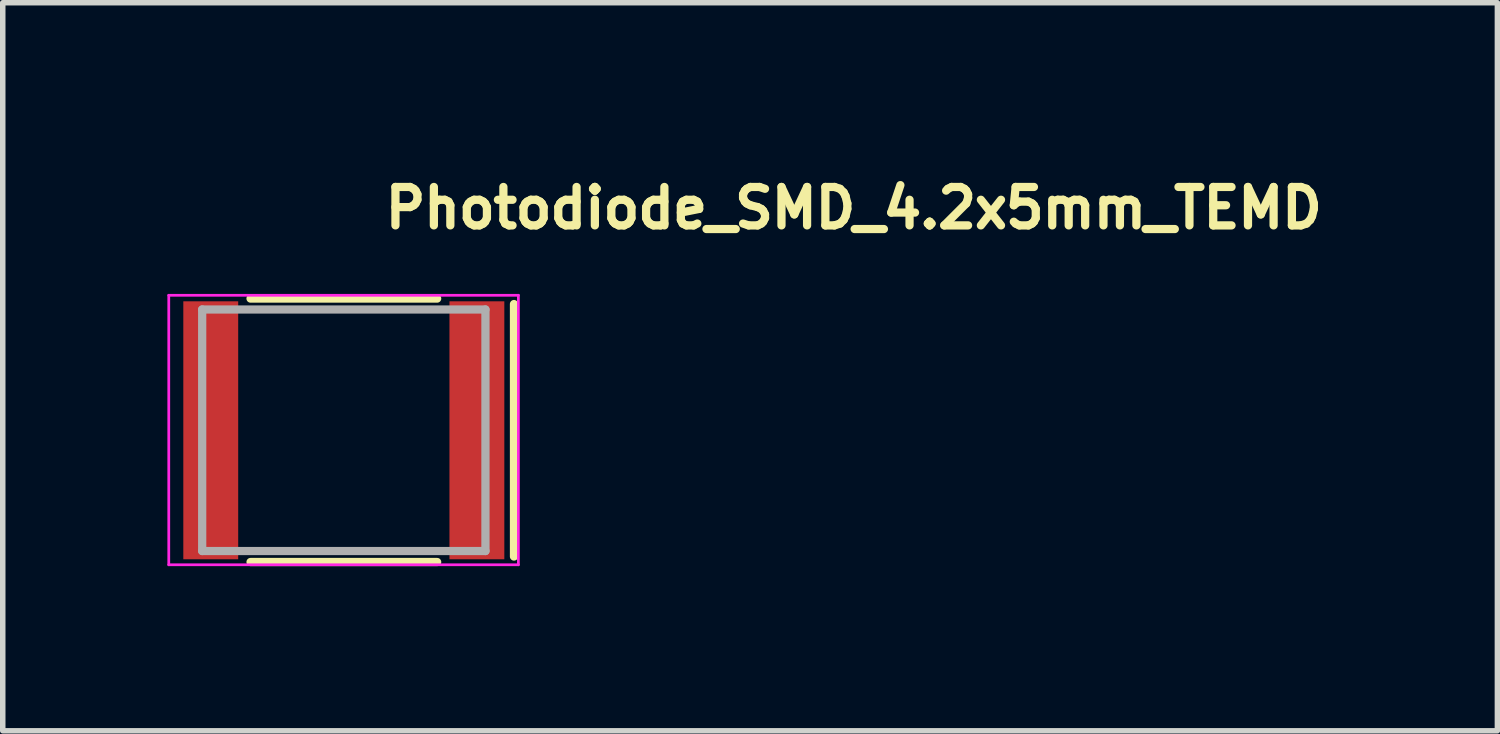
<source format=kicad_pcb>
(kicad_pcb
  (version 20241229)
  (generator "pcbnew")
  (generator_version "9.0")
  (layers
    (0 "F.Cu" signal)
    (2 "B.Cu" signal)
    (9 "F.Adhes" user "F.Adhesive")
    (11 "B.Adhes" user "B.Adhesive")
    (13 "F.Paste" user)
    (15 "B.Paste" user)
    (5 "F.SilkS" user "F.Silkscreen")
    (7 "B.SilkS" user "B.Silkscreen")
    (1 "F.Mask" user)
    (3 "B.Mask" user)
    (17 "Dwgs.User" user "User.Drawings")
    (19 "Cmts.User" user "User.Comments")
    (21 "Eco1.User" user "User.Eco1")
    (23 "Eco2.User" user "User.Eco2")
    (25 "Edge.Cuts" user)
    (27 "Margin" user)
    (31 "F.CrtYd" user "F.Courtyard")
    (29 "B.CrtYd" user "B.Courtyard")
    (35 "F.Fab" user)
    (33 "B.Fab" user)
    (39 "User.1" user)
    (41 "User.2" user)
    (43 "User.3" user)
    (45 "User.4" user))
  (footprint "Photodiode_SMD_4.2x5mm_TEMD"
    (layer "F.Cu")
    (at 3.215 4.79)
    (property "Reference" "Photodiode_SMD_4.2x5mm_TEMD" (at 0.675 -3.64 0) (layer "F.SilkS") (effects (font (size 0.7 0.7) (thickness 0.15)) (justify left bottom)))
    (attr smd)
    (fp_line (start -1.7 -2.4) (end 1.7 -2.4) (stroke (width 0.15) (type solid)) (layer "F.SilkS"))
    (fp_line (start -1.7 2.4) (end 1.7 2.4) (stroke (width 0.15) (type solid)) (layer "F.SilkS"))
    (fp_line (start 3.1 -2.3) (end 3.1 2.3) (stroke (width 0.15) (type solid)) (layer "F.SilkS"))
    (fp_line (start -3.19 -2.46) (end 3.18 -2.46) (stroke (width 0.05) (type solid)) (layer "F.CrtYd"))
    (fp_line (start -3.19 2.45) (end -3.19 -2.46) (stroke (width 0.05) (type solid)) (layer "F.CrtYd"))
    (fp_line (start 3.18 -2.46) (end 3.18 2.45) (stroke (width 0.05) (type solid)) (layer "F.CrtYd"))
    (fp_line (start 3.18 2.45) (end -3.19 2.45) (stroke (width 0.05) (type solid)) (layer "F.CrtYd"))
    (fp_line (start -2.581 -2.201) (end 2.58 -2.201) (stroke (width 0.15) (type solid)) (layer "F.Fab"))
    (fp_line (start -2.581 2.2) (end -2.581 -2.201) (stroke (width 0.15) (type solid)) (layer "F.Fab"))
    (fp_line (start 2.58 -2.201) (end 2.58 2.2) (stroke (width 0.15) (type solid)) (layer "F.Fab"))
    (fp_line (start 2.58 2.2) (end -2.581 2.2) (stroke (width 0.15) (type solid)) (layer "F.Fab"))
    (fp_line (start -2.5 -2.12) (end -2.5 -1.268) (stroke (width 0.01) (type solid)) (layer "User.9"))
    (fp_line (start -2.5 -1.268) (end -2.5 -0.733) (stroke (width 0.01) (type solid)) (layer "User.9"))
    (fp_line (start -2.5 -1.268) (end -2.484 -1.256) (stroke (width 0.01) (type solid)) (layer "User.9"))
    (fp_line (start -2.5 -0.733) (end -2.5 0.733) (stroke (width 0.01) (type solid)) (layer "User.9"))
    (fp_line (start -2.5 -0.733) (end -2.484 -0.744) (stroke (width 0.01) (type solid)) (layer "User.9"))
    (fp_line (start -2.5 0.733) (end -2.5 1.268) (stroke (width 0.01) (type solid)) (layer "User.9"))
    (fp_line (start -2.5 0.733) (end -2.484 0.744) (stroke (width 0.01) (type solid)) (layer "User.9"))
    (fp_line (start -2.5 1.268) (end -2.5 2.12) (stroke (width 0.01) (type solid)) (layer "User.9"))
    (fp_line (start -2.5 1.268) (end -2.484 1.256) (stroke (width 0.01) (type solid)) (layer "User.9"))
    (fp_line (start -2.5 2.12) (end -2.2 2.12) (stroke (width 0.01) (type solid)) (layer "User.9"))
    (fp_line (start -2.484 -1.256) (end -2.5 -1.268) (stroke (width 0.01) (type solid)) (layer "User.9"))
    (fp_line (start -2.484 -1.256) (end -2.469 -1.243) (stroke (width 0.01) (type solid)) (layer "User.9"))
    (fp_line (start -2.484 -0.744) (end -2.5 -0.733) (stroke (width 0.01) (type solid)) (layer "User.9"))
    (fp_line (start -2.484 -0.744) (end -2.469 -0.757) (stroke (width 0.01) (type solid)) (layer "User.9"))
    (fp_line (start -2.484 0.744) (end -2.5 0.733) (stroke (width 0.01) (type solid)) (layer "User.9"))
    (fp_line (start -2.484 0.744) (end -2.469 0.757) (stroke (width 0.01) (type solid)) (layer "User.9"))
    (fp_line (start -2.484 1.256) (end -2.5 1.268) (stroke (width 0.01) (type solid)) (layer "User.9"))
    (fp_line (start -2.484 1.256) (end -2.469 1.243) (stroke (width 0.01) (type solid)) (layer "User.9"))
    (fp_line (start -2.469 -1.243) (end -2.484 -1.256) (stroke (width 0.01) (type solid)) (layer "User.9"))
    (fp_line (start -2.469 -1.243) (end -2.455 -1.229) (stroke (width 0.01) (type solid)) (layer "User.9"))
    (fp_line (start -2.469 -0.757) (end -2.484 -0.744) (stroke (width 0.01) (type solid)) (layer "User.9"))
    (fp_line (start -2.469 -0.757) (end -2.455 -0.771) (stroke (width 0.01) (type solid)) (layer "User.9"))
    (fp_line (start -2.469 0.757) (end -2.484 0.744) (stroke (width 0.01) (type solid)) (layer "User.9"))
    (fp_line (start -2.469 0.757) (end -2.455 0.771) (stroke (width 0.01) (type solid)) (layer "User.9"))
    (fp_line (start -2.469 1.243) (end -2.484 1.256) (stroke (width 0.01) (type solid)) (layer "User.9"))
    (fp_line (start -2.469 1.243) (end -2.455 1.229) (stroke (width 0.01) (type solid)) (layer "User.9"))
    (fp_line (start -2.455 -1.229) (end -2.469 -1.243) (stroke (width 0.01) (type solid)) (layer "User.9"))
    (fp_line (start -2.455 -1.229) (end -2.441 -1.215) (stroke (width 0.01) (type solid)) (layer "User.9"))
    (fp_line (start -2.455 -0.771) (end -2.469 -0.757) (stroke (width 0.01) (type solid)) (layer "User.9"))
    (fp_line (start -2.455 -0.771) (end -2.441 -0.785) (stroke (width 0.01) (type solid)) (layer "User.9"))
    (fp_line (start -2.455 0.771) (end -2.469 0.757) (stroke (width 0.01) (type solid)) (layer "User.9"))
    (fp_line (start -2.455 0.771) (end -2.441 0.785) (stroke (width 0.01) (type solid)) (layer "User.9"))
    (fp_line (start -2.455 1.229) (end -2.469 1.243) (stroke (width 0.01) (type solid)) (layer "User.9"))
    (fp_line (start -2.455 1.229) (end -2.441 1.215) (stroke (width 0.01) (type solid)) (layer "User.9"))
    (fp_line (start -2.441 -1.215) (end -2.455 -1.229) (stroke (width 0.01) (type solid)) (layer "User.9"))
    (fp_line (start -2.441 -1.215) (end -2.429 -1.2) (stroke (width 0.01) (type solid)) (layer "User.9"))
    (fp_line (start -2.441 -0.785) (end -2.455 -0.771) (stroke (width 0.01) (type solid)) (layer "User.9"))
    (fp_line (start -2.441 -0.785) (end -2.429 -0.8) (stroke (width 0.01) (type solid)) (layer "User.9"))
    (fp_line (start -2.441 0.785) (end -2.455 0.771) (stroke (width 0.01) (type solid)) (layer "User.9"))
    (fp_line (start -2.441 0.785) (end -2.429 0.8) (stroke (width 0.01) (type solid)) (layer "User.9"))
    (fp_line (start -2.441 1.215) (end -2.455 1.229) (stroke (width 0.01) (type solid)) (layer "User.9"))
    (fp_line (start -2.441 1.215) (end -2.429 1.2) (stroke (width 0.01) (type solid)) (layer "User.9"))
    (fp_line (start -2.429 -1.2) (end -2.441 -1.215) (stroke (width 0.01) (type solid)) (layer "User.9"))
    (fp_line (start -2.429 -1.2) (end -2.417 -1.184) (stroke (width 0.01) (type solid)) (layer "User.9"))
    (fp_line (start -2.429 -0.8) (end -2.441 -0.785) (stroke (width 0.01) (type solid)) (layer "User.9"))
    (fp_line (start -2.429 -0.8) (end -2.417 -0.816) (stroke (width 0.01) (type solid)) (layer "User.9"))
    (fp_line (start -2.429 0.8) (end -2.441 0.785) (stroke (width 0.01) (type solid)) (layer "User.9"))
    (fp_line (start -2.429 0.8) (end -2.417 0.816) (stroke (width 0.01) (type solid)) (layer "User.9"))
    (fp_line (start -2.429 1.2) (end -2.441 1.215) (stroke (width 0.01) (type solid)) (layer "User.9"))
    (fp_line (start -2.429 1.2) (end -2.417 1.184) (stroke (width 0.01) (type solid)) (layer "User.9"))
    (fp_line (start -2.417 -1.184) (end -2.429 -1.2) (stroke (width 0.01) (type solid)) (layer "User.9"))
    (fp_line (start -2.417 -1.184) (end -2.407 -1.168) (stroke (width 0.01) (type solid)) (layer "User.9"))
    (fp_line (start -2.417 -0.816) (end -2.429 -0.8) (stroke (width 0.01) (type solid)) (layer "User.9"))
    (fp_line (start -2.417 -0.816) (end -2.407 -0.832) (stroke (width 0.01) (type solid)) (layer "User.9"))
    (fp_line (start -2.417 0.816) (end -2.429 0.8) (stroke (width 0.01) (type solid)) (layer "User.9"))
    (fp_line (start -2.417 0.816) (end -2.407 0.832) (stroke (width 0.01) (type solid)) (layer "User.9"))
    (fp_line (start -2.417 1.184) (end -2.429 1.2) (stroke (width 0.01) (type solid)) (layer "User.9"))
    (fp_line (start -2.417 1.184) (end -2.407 1.168) (stroke (width 0.01) (type solid)) (layer "User.9"))
    (fp_line (start -2.407 -1.168) (end -2.417 -1.184) (stroke (width 0.01) (type solid)) (layer "User.9"))
    (fp_line (start -2.407 -1.168) (end -2.397 -1.151) (stroke (width 0.01) (type solid)) (layer "User.9"))
    (fp_line (start -2.407 -0.832) (end -2.417 -0.816) (stroke (width 0.01) (type solid)) (layer "User.9"))
    (fp_line (start -2.407 -0.832) (end -2.397 -0.849) (stroke (width 0.01) (type solid)) (layer "User.9"))
    (fp_line (start -2.407 0.832) (end -2.417 0.816) (stroke (width 0.01) (type solid)) (layer "User.9"))
    (fp_line (start -2.407 0.832) (end -2.397 0.849) (stroke (width 0.01) (type solid)) (layer "User.9"))
    (fp_line (start -2.407 1.168) (end -2.417 1.184) (stroke (width 0.01) (type solid)) (layer "User.9"))
    (fp_line (start -2.407 1.168) (end -2.397 1.151) (stroke (width 0.01) (type solid)) (layer "User.9"))
    (fp_line (start -2.397 -1.151) (end -2.407 -1.168) (stroke (width 0.01) (type solid)) (layer "User.9"))
    (fp_line (start -2.397 -1.151) (end -2.389 -1.133) (stroke (width 0.01) (type solid)) (layer "User.9"))
    (fp_line (start -2.397 -0.849) (end -2.407 -0.832) (stroke (width 0.01) (type solid)) (layer "User.9"))
    (fp_line (start -2.397 -0.849) (end -2.389 -0.867) (stroke (width 0.01) (type solid)) (layer "User.9"))
    (fp_line (start -2.397 0.849) (end -2.407 0.832) (stroke (width 0.01) (type solid)) (layer "User.9"))
    (fp_line (start -2.397 0.849) (end -2.389 0.867) (stroke (width 0.01) (type solid)) (layer "User.9"))
    (fp_line (start -2.397 1.151) (end -2.389 1.133) (stroke (width 0.01) (type solid)) (layer "User.9"))
    (fp_line (start -2.397 1.151) (end -2.407 1.168) (stroke (width 0.01) (type solid)) (layer "User.9"))
    (fp_line (start -2.389 -1.133) (end -2.397 -1.151) (stroke (width 0.01) (type solid)) (layer "User.9"))
    (fp_line (start -2.389 -1.133) (end -2.381 -1.115) (stroke (width 0.01) (type solid)) (layer "User.9"))
    (fp_line (start -2.389 -0.867) (end -2.397 -0.849) (stroke (width 0.01) (type solid)) (layer "User.9"))
    (fp_line (start -2.389 -0.867) (end -2.381 -0.884) (stroke (width 0.01) (type solid)) (layer "User.9"))
    (fp_line (start -2.389 0.867) (end -2.397 0.849) (stroke (width 0.01) (type solid)) (layer "User.9"))
    (fp_line (start -2.389 0.867) (end -2.381 0.884) (stroke (width 0.01) (type solid)) (layer "User.9"))
    (fp_line (start -2.389 1.133) (end -2.397 1.151) (stroke (width 0.01) (type solid)) (layer "User.9"))
    (fp_line (start -2.389 1.133) (end -2.381 1.115) (stroke (width 0.01) (type solid)) (layer "User.9"))
    (fp_line (start -2.381 -1.115) (end -2.389 -1.133) (stroke (width 0.01) (type solid)) (layer "User.9"))
    (fp_line (start -2.381 -1.115) (end -2.375 -1.097) (stroke (width 0.01) (type solid)) (layer "User.9"))
    (fp_line (start -2.381 -0.884) (end -2.389 -0.867) (stroke (width 0.01) (type solid)) (layer "User.9"))
    (fp_line (start -2.381 -0.884) (end -2.375 -0.903) (stroke (width 0.01) (type solid)) (layer "User.9"))
    (fp_line (start -2.381 0.884) (end -2.389 0.867) (stroke (width 0.01) (type solid)) (layer "User.9"))
    (fp_line (start -2.381 0.884) (end -2.375 0.903) (stroke (width 0.01) (type solid)) (layer "User.9"))
    (fp_line (start -2.381 1.115) (end -2.389 1.133) (stroke (width 0.01) (type solid)) (layer "User.9"))
    (fp_line (start -2.381 1.115) (end -2.375 1.097) (stroke (width 0.01) (type solid)) (layer "User.9"))
    (fp_line (start -2.375 -1.097) (end -2.381 -1.115) (stroke (width 0.01) (type solid)) (layer "User.9"))
    (fp_line (start -2.375 -1.097) (end -2.37 -1.078) (stroke (width 0.01) (type solid)) (layer "User.9"))
    (fp_line (start -2.375 -0.903) (end -2.381 -0.884) (stroke (width 0.01) (type solid)) (layer "User.9"))
    (fp_line (start -2.375 -0.903) (end -2.37 -0.922) (stroke (width 0.01) (type solid)) (layer "User.9"))
    (fp_line (start -2.375 0.903) (end -2.381 0.884) (stroke (width 0.01) (type solid)) (layer "User.9"))
    (fp_line (start -2.375 0.903) (end -2.37 0.922) (stroke (width 0.01) (type solid)) (layer "User.9"))
    (fp_line (start -2.375 1.097) (end -2.381 1.115) (stroke (width 0.01) (type solid)) (layer "User.9"))
    (fp_line (start -2.375 1.097) (end -2.37 1.078) (stroke (width 0.01) (type solid)) (layer "User.9"))
    (fp_line (start -2.37 -1.078) (end -2.365 -1.059) (stroke (width 0.01) (type solid)) (layer "User.9"))
    (fp_line (start -2.37 -0.922) (end -2.365 -0.941) (stroke (width 0.01) (type solid)) (layer "User.9"))
    (fp_line (start -2.37 0.922) (end -2.365 0.941) (stroke (width 0.01) (type solid)) (layer "User.9"))
    (fp_line (start -2.37 1.078) (end -2.365 1.059) (stroke (width 0.01) (type solid)) (layer "User.9"))
    (fp_line (start -2.37 -1.078) (end -2.375 -1.097) (stroke (width 0.01) (type solid)) (layer "User.9"))
    (fp_line (start -2.37 -0.922) (end -2.375 -0.903) (stroke (width 0.01) (type solid)) (layer "User.9"))
    (fp_line (start -2.37 0.922) (end -2.375 0.903) (stroke (width 0.01) (type solid)) (layer "User.9"))
    (fp_line (start -2.37 1.078) (end -2.375 1.097) (stroke (width 0.01) (type solid)) (layer "User.9"))
    (fp_line (start -2.365 -1.059) (end -2.37 -1.078) (stroke (width 0.01) (type solid)) (layer "User.9"))
    (fp_line (start -2.365 -1.059) (end -2.362 -1.04) (stroke (width 0.01) (type solid)) (layer "User.9"))
    (fp_line (start -2.365 -0.941) (end -2.37 -0.922) (stroke (width 0.01) (type solid)) (layer "User.9"))
    (fp_line (start -2.365 -0.941) (end -2.362 -0.96) (stroke (width 0.01) (type solid)) (layer "User.9"))
    (fp_line (start -2.365 0.941) (end -2.37 0.922) (stroke (width 0.01) (type solid)) (layer "User.9"))
    (fp_line (start -2.365 0.941) (end -2.362 0.96) (stroke (width 0.01) (type solid)) (layer "User.9"))
    (fp_line (start -2.365 1.059) (end -2.37 1.078) (stroke (width 0.01) (type solid)) (layer "User.9"))
    (fp_line (start -2.365 1.059) (end -2.362 1.04) (stroke (width 0.01) (type solid)) (layer "User.9"))
    (fp_line (start -2.362 -1.04) (end -2.365 -1.059) (stroke (width 0.01) (type solid)) (layer "User.9"))
    (fp_line (start -2.362 -1.04) (end -2.361 -1.02) (stroke (width 0.01) (type solid)) (layer "User.9"))
    (fp_line (start -2.362 -0.96) (end -2.365 -0.941) (stroke (width 0.01) (type solid)) (layer "User.9"))
    (fp_line (start -2.362 -0.96) (end -2.361 -0.98) (stroke (width 0.01) (type solid)) (layer "User.9"))
    (fp_line (start -2.362 0.96) (end -2.365 0.941) (stroke (width 0.01) (type solid)) (layer "User.9"))
    (fp_line (start -2.362 0.96) (end -2.361 0.98) (stroke (width 0.01) (type solid)) (layer "User.9"))
    (fp_line (start -2.362 1.04) (end -2.365 1.059) (stroke (width 0.01) (type solid)) (layer "User.9"))
    (fp_line (start -2.362 1.04) (end -2.361 1.02) (stroke (width 0.01) (type solid)) (layer "User.9"))
    (fp_line (start -2.361 -1.02) (end -2.362 -1.04) (stroke (width 0.01) (type solid)) (layer "User.9"))
    (fp_line (start -2.361 -1.02) (end -2.36 -1) (stroke (width 0.01) (type solid)) (layer "User.9"))
    (fp_line (start -2.361 -0.98) (end -2.362 -0.96) (stroke (width 0.01) (type solid)) (layer "User.9"))
    (fp_line (start -2.361 -0.98) (end -2.36 -1) (stroke (width 0.01) (type solid)) (layer "User.9"))
    (fp_line (start -2.361 0.98) (end -2.362 0.96) (stroke (width 0.01) (type solid)) (layer "User.9"))
    (fp_line (start -2.361 0.98) (end -2.36 1) (stroke (width 0.01) (type solid)) (layer "User.9"))
    (fp_line (start -2.361 1.02) (end -2.362 1.04) (stroke (width 0.01) (type solid)) (layer "User.9"))
    (fp_line (start -2.361 1.02) (end -2.36 1) (stroke (width 0.01) (type solid)) (layer "User.9"))
    (fp_line (start -2.36 -1) (end -2.361 -1.02) (stroke (width 0.01) (type solid)) (layer "User.9"))
    (fp_line (start -2.36 -1) (end -2.361 -0.98) (stroke (width 0.01) (type solid)) (layer "User.9"))
    (fp_line (start -2.36 -1) (end -2.36 -1) (stroke (width 0.01) (type solid)) (layer "User.9"))
    (fp_line (start -2.36 -1) (end -2.36 -1) (stroke (width 0.01) (type solid)) (layer "User.9"))
    (fp_line (start -2.36 1) (end -2.361 0.98) (stroke (width 0.01) (type solid)) (layer "User.9"))
    (fp_line (start -2.36 1) (end -2.361 1.02) (stroke (width 0.01) (type solid)) (layer "User.9"))
    (fp_line (start -2.36 1) (end -2.36 1) (stroke (width 0.01) (type solid)) (layer "User.9"))
    (fp_line (start -2.36 1) (end -2.36 1) (stroke (width 0.01) (type solid)) (layer "User.9"))
    (fp_line (start -2.2 -2.12) (end -2.5 -2.12) (stroke (width 0.01) (type solid)) (layer "User.9"))
    (fp_line (start -2.2 -2.12) (end -2.084 -2.12) (stroke (width 0.01) (type solid)) (layer "User.9"))
    (fp_line (start -2.2 2.12) (end -2.2 -2.12) (stroke (width 0.01) (type solid)) (layer "User.9"))
    (fp_line (start -2.084 -2.12) (end 2.084 -2.12) (stroke (width 0.01) (type solid)) (layer "User.9"))
    (fp_line (start -2.084 2.12) (end -2.2 2.12) (stroke (width 0.01) (type solid)) (layer "User.9"))
    (fp_line (start -2.084 2.12) (end -2.084 -2.12) (stroke (width 0.01) (type solid)) (layer "User.9"))
    (fp_line (start 2.084 -2.12) (end 2.2 -2.12) (stroke (width 0.01) (type solid)) (layer "User.9"))
    (fp_line (start 2.084 2.12) (end -2.084 2.12) (stroke (width 0.01) (type solid)) (layer "User.9"))
    (fp_line (start 2.084 2.12) (end 2.084 -2.12) (stroke (width 0.01) (type solid)) (layer "User.9"))
    (fp_line (start 2.2 2.12) (end 2.084 2.12) (stroke (width 0.01) (type solid)) (layer "User.9"))
    (fp_line (start 2.2 2.12) (end 2.2 -2.12) (stroke (width 0.01) (type solid)) (layer "User.9"))
    (fp_line (start 2.2 2.12) (end 2.5 2.12) (stroke (width 0.01) (type solid)) (layer "User.9"))
    (fp_line (start 2.36 -1) (end 2.36 -1) (stroke (width 0.01) (type solid)) (layer "User.9"))
    (fp_line (start 2.36 -1) (end 2.36 -1) (stroke (width 0.01) (type solid)) (layer "User.9"))
    (fp_line (start 2.36 -1) (end 2.361 -1.02) (stroke (width 0.01) (type solid)) (layer "User.9"))
    (fp_line (start 2.36 -1) (end 2.361 -0.98) (stroke (width 0.01) (type solid)) (layer "User.9"))
    (fp_line (start 2.36 1) (end 2.36 1) (stroke (width 0.01) (type solid)) (layer "User.9"))
    (fp_line (start 2.36 1) (end 2.36 1) (stroke (width 0.01) (type solid)) (layer "User.9"))
    (fp_line (start 2.36 1) (end 2.361 0.98) (stroke (width 0.01) (type solid)) (layer "User.9"))
    (fp_line (start 2.36 1) (end 2.361 1.02) (stroke (width 0.01) (type solid)) (layer "User.9"))
    (fp_line (start 2.361 -1.02) (end 2.36 -1) (stroke (width 0.01) (type solid)) (layer "User.9"))
    (fp_line (start 2.361 -1.02) (end 2.362 -1.04) (stroke (width 0.01) (type solid)) (layer "User.9"))
    (fp_line (start 2.361 -0.98) (end 2.36 -1) (stroke (width 0.01) (type solid)) (layer "User.9"))
    (fp_line (start 2.361 -0.98) (end 2.362 -0.96) (stroke (width 0.01) (type solid)) (layer "User.9"))
    (fp_line (start 2.361 0.98) (end 2.36 1) (stroke (width 0.01) (type solid)) (layer "User.9"))
    (fp_line (start 2.361 0.98) (end 2.362 0.96) (stroke (width 0.01) (type solid)) (layer "User.9"))
    (fp_line (start 2.361 1.02) (end 2.36 1) (stroke (width 0.01) (type solid)) (layer "User.9"))
    (fp_line (start 2.361 1.02) (end 2.362 1.04) (stroke (width 0.01) (type solid)) (layer "User.9"))
    (fp_line (start 2.362 -1.04) (end 2.361 -1.02) (stroke (width 0.01) (type solid)) (layer "User.9"))
    (fp_line (start 2.362 -1.04) (end 2.365 -1.059) (stroke (width 0.01) (type solid)) (layer "User.9"))
    (fp_line (start 2.362 -0.96) (end 2.361 -0.98) (stroke (width 0.01) (type solid)) (layer "User.9"))
    (fp_line (start 2.362 -0.96) (end 2.365 -0.941) (stroke (width 0.01) (type solid)) (layer "User.9"))
    (fp_line (start 2.362 0.96) (end 2.361 0.98) (stroke (width 0.01) (type solid)) (layer "User.9"))
    (fp_line (start 2.362 0.96) (end 2.365 0.941) (stroke (width 0.01) (type solid)) (layer "User.9"))
    (fp_line (start 2.362 1.04) (end 2.361 1.02) (stroke (width 0.01) (type solid)) (layer "User.9"))
    (fp_line (start 2.362 1.04) (end 2.365 1.059) (stroke (width 0.01) (type solid)) (layer "User.9"))
    (fp_line (start 2.365 -1.059) (end 2.362 -1.04) (stroke (width 0.01) (type solid)) (layer "User.9"))
    (fp_line (start 2.365 -1.059) (end 2.37 -1.078) (stroke (width 0.01) (type solid)) (layer "User.9"))
    (fp_line (start 2.365 -0.941) (end 2.362 -0.96) (stroke (width 0.01) (type solid)) (layer "User.9"))
    (fp_line (start 2.365 -0.941) (end 2.37 -0.922) (stroke (width 0.01) (type solid)) (layer "User.9"))
    (fp_line (start 2.365 0.941) (end 2.362 0.96) (stroke (width 0.01) (type solid)) (layer "User.9"))
    (fp_line (start 2.365 0.941) (end 2.37 0.922) (stroke (width 0.01) (type solid)) (layer "User.9"))
    (fp_line (start 2.365 1.059) (end 2.362 1.04) (stroke (width 0.01) (type solid)) (layer "User.9"))
    (fp_line (start 2.365 1.059) (end 2.37 1.078) (stroke (width 0.01) (type solid)) (layer "User.9"))
    (fp_line (start 2.37 -1.078) (end 2.365 -1.059) (stroke (width 0.01) (type solid)) (layer "User.9"))
    (fp_line (start 2.37 -1.078) (end 2.375 -1.097) (stroke (width 0.01) (type solid)) (layer "User.9"))
    (fp_line (start 2.37 -0.922) (end 2.365 -0.941) (stroke (width 0.01) (type solid)) (layer "User.9"))
    (fp_line (start 2.37 -0.922) (end 2.375 -0.903) (stroke (width 0.01) (type solid)) (layer "User.9"))
    (fp_line (start 2.37 0.922) (end 2.365 0.941) (stroke (width 0.01) (type solid)) (layer "User.9"))
    (fp_line (start 2.37 0.922) (end 2.375 0.903) (stroke (width 0.01) (type solid)) (layer "User.9"))
    (fp_line (start 2.37 1.078) (end 2.365 1.059) (stroke (width 0.01) (type solid)) (layer "User.9"))
    (fp_line (start 2.37 1.078) (end 2.375 1.097) (stroke (width 0.01) (type solid)) (layer "User.9"))
    (fp_line (start 2.375 -1.097) (end 2.37 -1.078) (stroke (width 0.01) (type solid)) (layer "User.9"))
    (fp_line (start 2.375 -1.097) (end 2.381 -1.115) (stroke (width 0.01) (type solid)) (layer "User.9"))
    (fp_line (start 2.375 -0.903) (end 2.37 -0.922) (stroke (width 0.01) (type solid)) (layer "User.9"))
    (fp_line (start 2.375 -0.903) (end 2.381 -0.884) (stroke (width 0.01) (type solid)) (layer "User.9"))
    (fp_line (start 2.375 0.903) (end 2.37 0.922) (stroke (width 0.01) (type solid)) (layer "User.9"))
    (fp_line (start 2.375 0.903) (end 2.381 0.884) (stroke (width 0.01) (type solid)) (layer "User.9"))
    (fp_line (start 2.375 1.097) (end 2.37 1.078) (stroke (width 0.01) (type solid)) (layer "User.9"))
    (fp_line (start 2.375 1.097) (end 2.381 1.115) (stroke (width 0.01) (type solid)) (layer "User.9"))
    (fp_line (start 2.381 -1.115) (end 2.375 -1.097) (stroke (width 0.01) (type solid)) (layer "User.9"))
    (fp_line (start 2.381 -1.115) (end 2.389 -1.133) (stroke (width 0.01) (type solid)) (layer "User.9"))
    (fp_line (start 2.381 -0.884) (end 2.375 -0.903) (stroke (width 0.01) (type solid)) (layer "User.9"))
    (fp_line (start 2.381 -0.884) (end 2.389 -0.867) (stroke (width 0.01) (type solid)) (layer "User.9"))
    (fp_line (start 2.381 0.884) (end 2.375 0.903) (stroke (width 0.01) (type solid)) (layer "User.9"))
    (fp_line (start 2.381 0.884) (end 2.389 0.867) (stroke (width 0.01) (type solid)) (layer "User.9"))
    (fp_line (start 2.381 1.115) (end 2.375 1.097) (stroke (width 0.01) (type solid)) (layer "User.9"))
    (fp_line (start 2.381 1.115) (end 2.389 1.133) (stroke (width 0.01) (type solid)) (layer "User.9"))
    (fp_line (start 2.389 -1.133) (end 2.381 -1.115) (stroke (width 0.01) (type solid)) (layer "User.9"))
    (fp_line (start 2.389 -1.133) (end 2.397 -1.151) (stroke (width 0.01) (type solid)) (layer "User.9"))
    (fp_line (start 2.389 -0.867) (end 2.381 -0.884) (stroke (width 0.01) (type solid)) (layer "User.9"))
    (fp_line (start 2.389 -0.867) (end 2.397 -0.849) (stroke (width 0.01) (type solid)) (layer "User.9"))
    (fp_line (start 2.389 0.867) (end 2.381 0.884) (stroke (width 0.01) (type solid)) (layer "User.9"))
    (fp_line (start 2.389 0.867) (end 2.397 0.849) (stroke (width 0.01) (type solid)) (layer "User.9"))
    (fp_line (start 2.389 1.133) (end 2.381 1.115) (stroke (width 0.01) (type solid)) (layer "User.9"))
    (fp_line (start 2.389 1.133) (end 2.397 1.151) (stroke (width 0.01) (type solid)) (layer "User.9"))
    (fp_line (start 2.397 -1.151) (end 2.389 -1.133) (stroke (width 0.01) (type solid)) (layer "User.9"))
    (fp_line (start 2.397 -1.151) (end 2.407 -1.168) (stroke (width 0.01) (type solid)) (layer "User.9"))
    (fp_line (start 2.397 -0.849) (end 2.407 -0.832) (stroke (width 0.01) (type solid)) (layer "User.9"))
    (fp_line (start 2.397 -0.849) (end 2.389 -0.867) (stroke (width 0.01) (type solid)) (layer "User.9"))
    (fp_line (start 2.397 0.849) (end 2.389 0.867) (stroke (width 0.01) (type solid)) (layer "User.9"))
    (fp_line (start 2.397 0.849) (end 2.407 0.832) (stroke (width 0.01) (type solid)) (layer "User.9"))
    (fp_line (start 2.397 1.151) (end 2.407 1.168) (stroke (width 0.01) (type solid)) (layer "User.9"))
    (fp_line (start 2.397 1.151) (end 2.389 1.133) (stroke (width 0.01) (type solid)) (layer "User.9"))
    (fp_line (start 2.407 -1.168) (end 2.397 -1.151) (stroke (width 0.01) (type solid)) (layer "User.9"))
    (fp_line (start 2.407 -1.168) (end 2.417 -1.184) (stroke (width 0.01) (type solid)) (layer "User.9"))
    (fp_line (start 2.407 -0.832) (end 2.397 -0.849) (stroke (width 0.01) (type solid)) (layer "User.9"))
    (fp_line (start 2.407 -0.832) (end 2.417 -0.816) (stroke (width 0.01) (type solid)) (layer "User.9"))
    (fp_line (start 2.407 0.832) (end 2.397 0.849) (stroke (width 0.01) (type solid)) (layer "User.9"))
    (fp_line (start 2.407 0.832) (end 2.417 0.816) (stroke (width 0.01) (type solid)) (layer "User.9"))
    (fp_line (start 2.407 1.168) (end 2.397 1.151) (stroke (width 0.01) (type solid)) (layer "User.9"))
    (fp_line (start 2.407 1.168) (end 2.417 1.184) (stroke (width 0.01) (type solid)) (layer "User.9"))
    (fp_line (start 2.417 -1.184) (end 2.407 -1.168) (stroke (width 0.01) (type solid)) (layer "User.9"))
    (fp_line (start 2.417 -1.184) (end 2.429 -1.2) (stroke (width 0.01) (type solid)) (layer "User.9"))
    (fp_line (start 2.417 -0.816) (end 2.407 -0.832) (stroke (width 0.01) (type solid)) (layer "User.9"))
    (fp_line (start 2.417 -0.816) (end 2.429 -0.8) (stroke (width 0.01) (type solid)) (layer "User.9"))
    (fp_line (start 2.417 0.816) (end 2.407 0.832) (stroke (width 0.01) (type solid)) (layer "User.9"))
    (fp_line (start 2.417 0.816) (end 2.429 0.8) (stroke (width 0.01) (type solid)) (layer "User.9"))
    (fp_line (start 2.417 1.184) (end 2.407 1.168) (stroke (width 0.01) (type solid)) (layer "User.9"))
    (fp_line (start 2.417 1.184) (end 2.429 1.2) (stroke (width 0.01) (type solid)) (layer "User.9"))
    (fp_line (start 2.429 -1.2) (end 2.417 -1.184) (stroke (width 0.01) (type solid)) (layer "User.9"))
    (fp_line (start 2.429 -1.2) (end 2.441 -1.215) (stroke (width 0.01) (type solid)) (layer "User.9"))
    (fp_line (start 2.429 -0.8) (end 2.417 -0.816) (stroke (width 0.01) (type solid)) (layer "User.9"))
    (fp_line (start 2.429 -0.8) (end 2.441 -0.785) (stroke (width 0.01) (type solid)) (layer "User.9"))
    (fp_line (start 2.429 0.8) (end 2.417 0.816) (stroke (width 0.01) (type solid)) (layer "User.9"))
    (fp_line (start 2.429 0.8) (end 2.441 0.785) (stroke (width 0.01) (type solid)) (layer "User.9"))
    (fp_line (start 2.429 1.2) (end 2.417 1.184) (stroke (width 0.01) (type solid)) (layer "User.9"))
    (fp_line (start 2.429 1.2) (end 2.441 1.215) (stroke (width 0.01) (type solid)) (layer "User.9"))
    (fp_line (start 2.441 -1.215) (end 2.429 -1.2) (stroke (width 0.01) (type solid)) (layer "User.9"))
    (fp_line (start 2.441 -1.215) (end 2.455 -1.229) (stroke (width 0.01) (type solid)) (layer "User.9"))
    (fp_line (start 2.441 -0.785) (end 2.429 -0.8) (stroke (width 0.01) (type solid)) (layer "User.9"))
    (fp_line (start 2.441 -0.785) (end 2.455 -0.771) (stroke (width 0.01) (type solid)) (layer "User.9"))
    (fp_line (start 2.441 0.785) (end 2.429 0.8) (stroke (width 0.01) (type solid)) (layer "User.9"))
    (fp_line (start 2.441 0.785) (end 2.455 0.771) (stroke (width 0.01) (type solid)) (layer "User.9"))
    (fp_line (start 2.441 1.215) (end 2.429 1.2) (stroke (width 0.01) (type solid)) (layer "User.9"))
    (fp_line (start 2.441 1.215) (end 2.455 1.229) (stroke (width 0.01) (type solid)) (layer "User.9"))
    (fp_line (start 2.455 -1.229) (end 2.441 -1.215) (stroke (width 0.01) (type solid)) (layer "User.9"))
    (fp_line (start 2.455 -1.229) (end 2.469 -1.243) (stroke (width 0.01) (type solid)) (layer "User.9"))
    (fp_line (start 2.455 -0.771) (end 2.441 -0.785) (stroke (width 0.01) (type solid)) (layer "User.9"))
    (fp_line (start 2.455 -0.771) (end 2.469 -0.757) (stroke (width 0.01) (type solid)) (layer "User.9"))
    (fp_line (start 2.455 0.771) (end 2.441 0.785) (stroke (width 0.01) (type solid)) (layer "User.9"))
    (fp_line (start 2.455 0.771) (end 2.469 0.757) (stroke (width 0.01) (type solid)) (layer "User.9"))
    (fp_line (start 2.455 1.229) (end 2.441 1.215) (stroke (width 0.01) (type solid)) (layer "User.9"))
    (fp_line (start 2.455 1.229) (end 2.469 1.243) (stroke (width 0.01) (type solid)) (layer "User.9"))
    (fp_line (start 2.469 -1.243) (end 2.455 -1.229) (stroke (width 0.01) (type solid)) (layer "User.9"))
    (fp_line (start 2.469 -1.243) (end 2.484 -1.256) (stroke (width 0.01) (type solid)) (layer "User.9"))
    (fp_line (start 2.469 -0.757) (end 2.455 -0.771) (stroke (width 0.01) (type solid)) (layer "User.9"))
    (fp_line (start 2.469 -0.757) (end 2.484 -0.744) (stroke (width 0.01) (type solid)) (layer "User.9"))
    (fp_line (start 2.469 0.757) (end 2.455 0.771) (stroke (width 0.01) (type solid)) (layer "User.9"))
    (fp_line (start 2.469 0.757) (end 2.484 0.744) (stroke (width 0.01) (type solid)) (layer "User.9"))
    (fp_line (start 2.469 1.243) (end 2.455 1.229) (stroke (width 0.01) (type solid)) (layer "User.9"))
    (fp_line (start 2.469 1.243) (end 2.484 1.256) (stroke (width 0.01) (type solid)) (layer "User.9"))
    (fp_line (start 2.484 -1.256) (end 2.469 -1.243) (stroke (width 0.01) (type solid)) (layer "User.9"))
    (fp_line (start 2.484 -1.256) (end 2.5 -1.268) (stroke (width 0.01) (type solid)) (layer "User.9"))
    (fp_line (start 2.484 -0.744) (end 2.469 -0.757) (stroke (width 0.01) (type solid)) (layer "User.9"))
    (fp_line (start 2.484 -0.744) (end 2.5 -0.733) (stroke (width 0.01) (type solid)) (layer "User.9"))
    (fp_line (start 2.484 0.744) (end 2.469 0.757) (stroke (width 0.01) (type solid)) (layer "User.9"))
    (fp_line (start 2.484 0.744) (end 2.5 0.733) (stroke (width 0.01) (type solid)) (layer "User.9"))
    (fp_line (start 2.484 1.256) (end 2.469 1.243) (stroke (width 0.01) (type solid)) (layer "User.9"))
    (fp_line (start 2.484 1.256) (end 2.5 1.268) (stroke (width 0.01) (type solid)) (layer "User.9"))
    (fp_line (start 2.5 -2.12) (end 2.2 -2.12) (stroke (width 0.01) (type solid)) (layer "User.9"))
    (fp_line (start 2.5 -1.268) (end 2.484 -1.256) (stroke (width 0.01) (type solid)) (layer "User.9"))
    (fp_line (start 2.5 -1.268) (end 2.5 -2.12) (stroke (width 0.01) (type solid)) (layer "User.9"))
    (fp_line (start 2.5 -0.733) (end 2.484 -0.744) (stroke (width 0.01) (type solid)) (layer "User.9"))
    (fp_line (start 2.5 -0.733) (end 2.5 -1.268) (stroke (width 0.01) (type solid)) (layer "User.9"))
    (fp_line (start 2.5 0.733) (end 2.484 0.744) (stroke (width 0.01) (type solid)) (layer "User.9"))
    (fp_line (start 2.5 0.733) (end 2.5 -0.733) (stroke (width 0.01) (type solid)) (layer "User.9"))
    (fp_line (start 2.5 1.268) (end 2.484 1.256) (stroke (width 0.01) (type solid)) (layer "User.9"))
    (fp_line (start 2.5 1.268) (end 2.5 0.733) (stroke (width 0.01) (type solid)) (layer "User.9"))
    (fp_line (start 2.5 2.12) (end 2.5 1.268) (stroke (width 0.01) (type solid)) (layer "User.9"))
    (pad "1" smd rect (at -2.425 0 90) (size 4.7 1) (layers "F.Cu" "F.Mask" "F.Paste"))
    (pad "2" smd rect (at 2.424 0 90) (size 4.7 1) (layers "F.Cu" "F.Mask" "F.Paste")))
  (gr_rect
    (start -3 -3)
    (end 24.233 10.265)
    (stroke (width 0.1) (type default))
    (fill no)
    (layer "Edge.Cuts")))
</source>
